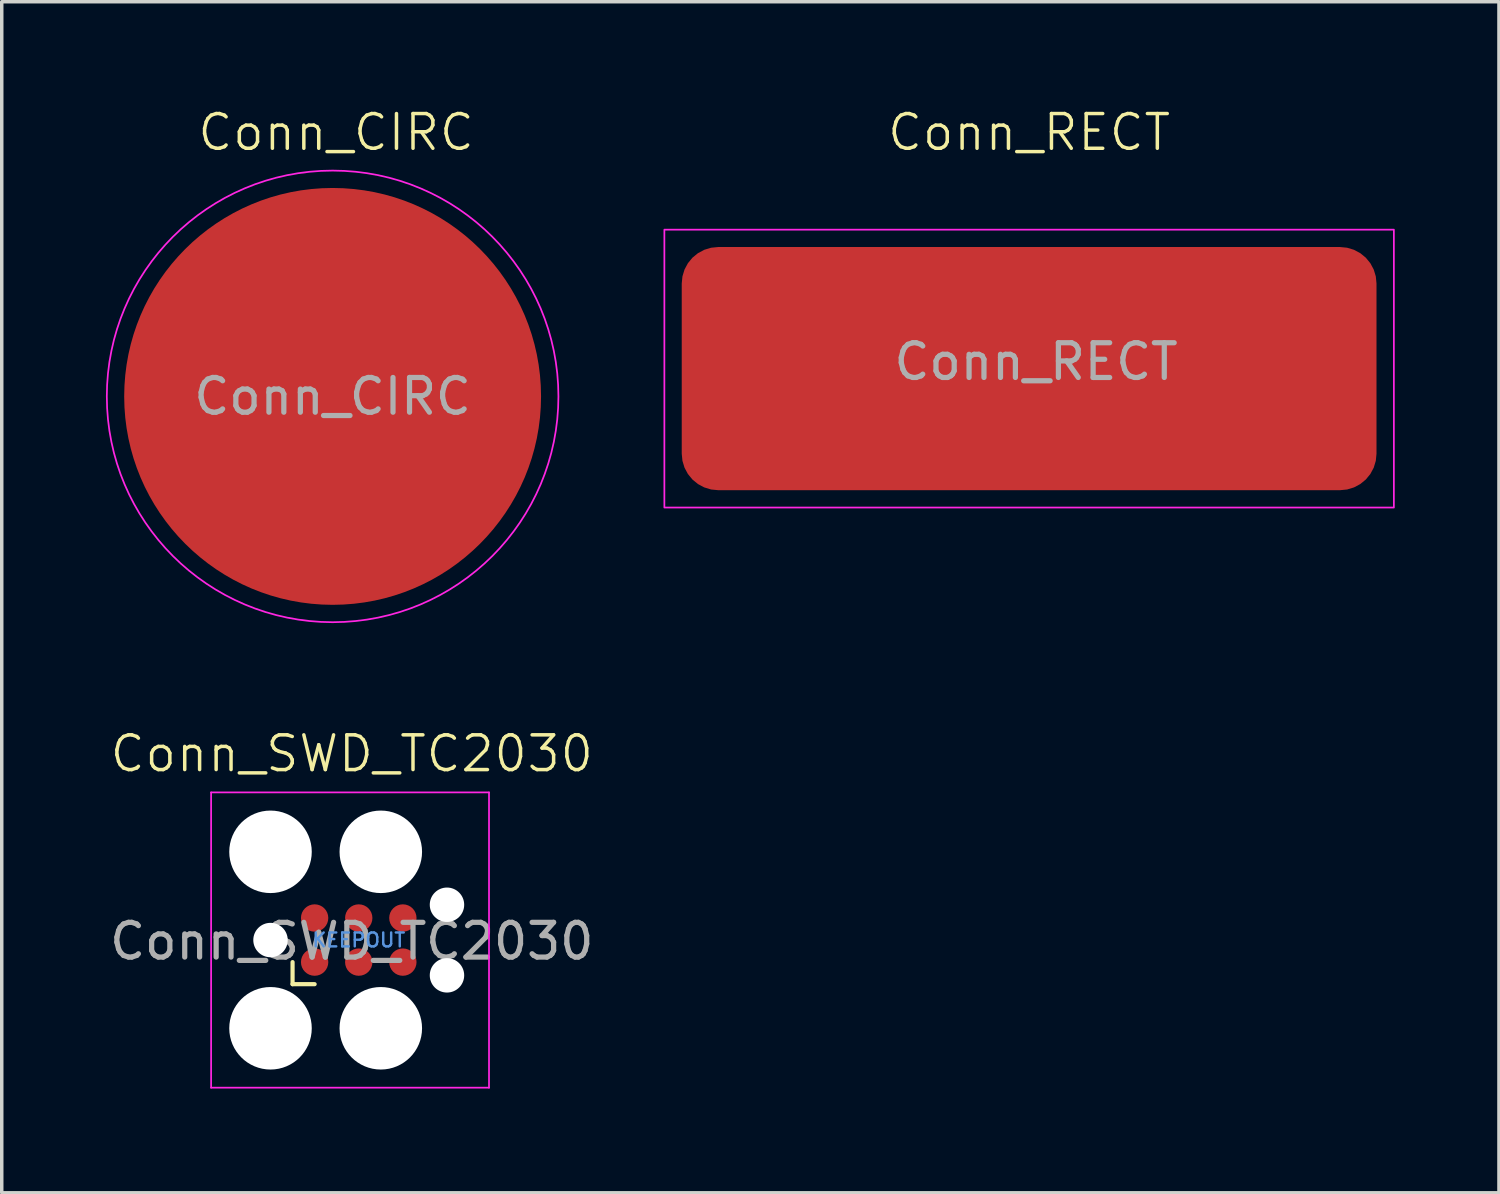
<source format=kicad_pcb>
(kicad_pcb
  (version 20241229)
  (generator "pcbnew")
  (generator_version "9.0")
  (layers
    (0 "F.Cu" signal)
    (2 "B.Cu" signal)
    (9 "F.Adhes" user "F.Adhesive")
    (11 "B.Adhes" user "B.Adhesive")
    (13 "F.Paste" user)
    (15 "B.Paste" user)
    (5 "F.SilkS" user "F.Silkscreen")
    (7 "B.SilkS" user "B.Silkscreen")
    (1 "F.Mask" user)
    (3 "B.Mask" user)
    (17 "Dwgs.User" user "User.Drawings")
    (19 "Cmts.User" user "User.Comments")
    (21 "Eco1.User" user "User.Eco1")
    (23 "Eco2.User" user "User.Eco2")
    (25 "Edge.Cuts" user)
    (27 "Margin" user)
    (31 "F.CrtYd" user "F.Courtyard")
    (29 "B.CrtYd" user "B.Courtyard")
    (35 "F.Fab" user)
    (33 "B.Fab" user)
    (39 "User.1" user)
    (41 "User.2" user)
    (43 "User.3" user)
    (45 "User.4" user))
  (footprint "Conn_CIRC"
    (layer "F.Cu")
    (at 6.525 8.361)
    (property "Reference" "Conn_CIRC" (at 0.1 -7.6 0) (unlocked yes) (layer "F.SilkS") (effects (font (size 1 1) (thickness 0.1))))
    (attr smd)
    (fp_circle (center 0 0) (end 6.5 0) (stroke (width 0.05) (type solid)) (fill no) (layer "F.CrtYd"))
    (fp_text user "${REFERENCE}" (at 0 0 0) (unlocked yes) (layer "F.Fab") (effects (font (size 1 1) (thickness 0.15))))
    (pad "1" smd circle (at 0 0) (size 12 12) (layers "F.Cu" "F.Mask" "F.Paste")))
  (footprint "Conn_RECT"
    (layer "F.Cu")
    (at 26.575 7.561)
    (property "Reference" "Conn_RECT" (at 0 -6.8 0) (unlocked yes) (layer "F.SilkS") (effects (font (size 1 1) (thickness 0.1))))
    (attr smd)
    (fp_rect (start -10.5 -4) (end 10.5 4) (stroke (width 0.05) (type solid)) (fill no) (layer "F.CrtYd"))
    (fp_text user "${REFERENCE}" (at 0.2 -0.2 0) (unlocked yes) (layer "F.Fab") (effects (font (size 1 1) (thickness 0.15))))
    (pad "1" smd roundrect (at 0 0) (size 20 7) (layers "F.Cu" "F.Mask" "F.Paste") (roundrect_rratio 0.15)))
  (footprint "Conn_SWD_TC2030"
    (layer "F.Cu")
    (at 7.077 24.046)
    (property "Reference" "Conn_SWD_TC2030" (at 0 -5.4 0) (unlocked yes) (layer "F.SilkS") (effects (font (size 1 1) (thickness 0.1))))
    (attr smd)
    (fp_line (start -1.705 1.235) (end -1.705 0.6) (stroke (width 0.12) (type solid)) (layer "F.SilkS"))
    (fp_line (start -1.07 1.235) (end -1.705 1.235) (stroke (width 0.12) (type solid)) (layer "F.SilkS"))
    (fp_line (start -4.05 -4.285) (end 3.95 -4.285) (stroke (width 0.05) (type solid)) (layer "F.CrtYd"))
    (fp_line (start -4.05 4.215) (end -4.05 -4.285) (stroke (width 0.05) (type solid)) (layer "F.CrtYd"))
    (fp_line (start 3.95 -4.285) (end 3.95 4.215) (stroke (width 0.05) (type solid)) (layer "F.CrtYd"))
    (fp_line (start 3.95 4.215) (end -4.05 4.215) (stroke (width 0.05) (type solid)) (layer "F.CrtYd"))
    (fp_text user "KEEPOUT" (at 0.2 -0.035 0) (layer "Cmts.User") (effects (font (size 0.4 0.4) (thickness 0.07))))
    (fp_text user "${REFERENCE}" (at 0 0 0) (layer "F.Fab") (effects (font (size 1 1) (thickness 0.15))))
    (pad "" np_thru_hole circle (at -2.34 -2.575) (size 2.375 2.375) (drill 2.375) (layers "*.Cu" "*.Mask"))
    (pad "" np_thru_hole circle (at -2.34 -0.035) (size 0.991 0.991) (drill 0.991) (layers "*.Cu" "*.Mask"))
    (pad "" np_thru_hole circle (at -2.34 2.505) (size 2.375 2.375) (drill 2.375) (layers "*.Cu" "*.Mask"))
    (pad "" np_thru_hole circle (at 0.835 -2.575) (size 2.375 2.375) (drill 2.375) (layers "*.Cu" "*.Mask"))
    (pad "" np_thru_hole circle (at 0.835 2.505) (size 2.375 2.375) (drill 2.375) (layers "*.Cu" "*.Mask"))
    (pad "" np_thru_hole circle (at 2.74 -1.051) (size 0.991 0.991) (drill 0.991) (layers "*.Cu" "*.Mask"))
    (pad "" np_thru_hole circle (at 2.74 0.981) (size 0.991 0.991) (drill 0.991) (layers "*.Cu" "*.Mask"))
    (pad "1" connect circle (at -1.07 0.6) (size 0.787 0.787) (layers "F.Cu" "F.Mask"))
    (pad "2" connect circle (at -1.07 -0.67) (size 0.787 0.787) (layers "F.Cu" "F.Mask"))
    (pad "3" connect circle (at 0.2 0.6) (size 0.787 0.787) (layers "F.Cu" "F.Mask"))
    (pad "4" connect circle (at 0.2 -0.67) (size 0.787 0.787) (layers "F.Cu" "F.Mask"))
    (pad "5" connect circle (at 1.47 0.6) (size 0.787 0.787) (layers "F.Cu" "F.Mask"))
    (pad "6" connect circle (at 1.47 -0.67) (size 0.787 0.787) (layers "F.Cu" "F.Mask"))
    (zone (net_name "") (layer "F.Cu") (hatch full 0.508) (connect_pads) (min_thickness 0.254) (filled_areas_thickness no) (keepout (tracks allowed) (vias not_allowed) (pads allowed) (copperpour not_allowed) (footprints not_allowed)) (placement (enabled no)) (fill) (polygon (pts (xy 8.547 23.376) (xy 6.007 23.376) (xy 6.007 24.646) (xy 8.547 24.646)))))
  (gr_rect
    (start -3 -3)
    (end 40.1 31.286)
    (stroke (width 0.1) (type default))
    (fill no)
    (layer "Edge.Cuts")))
</source>
